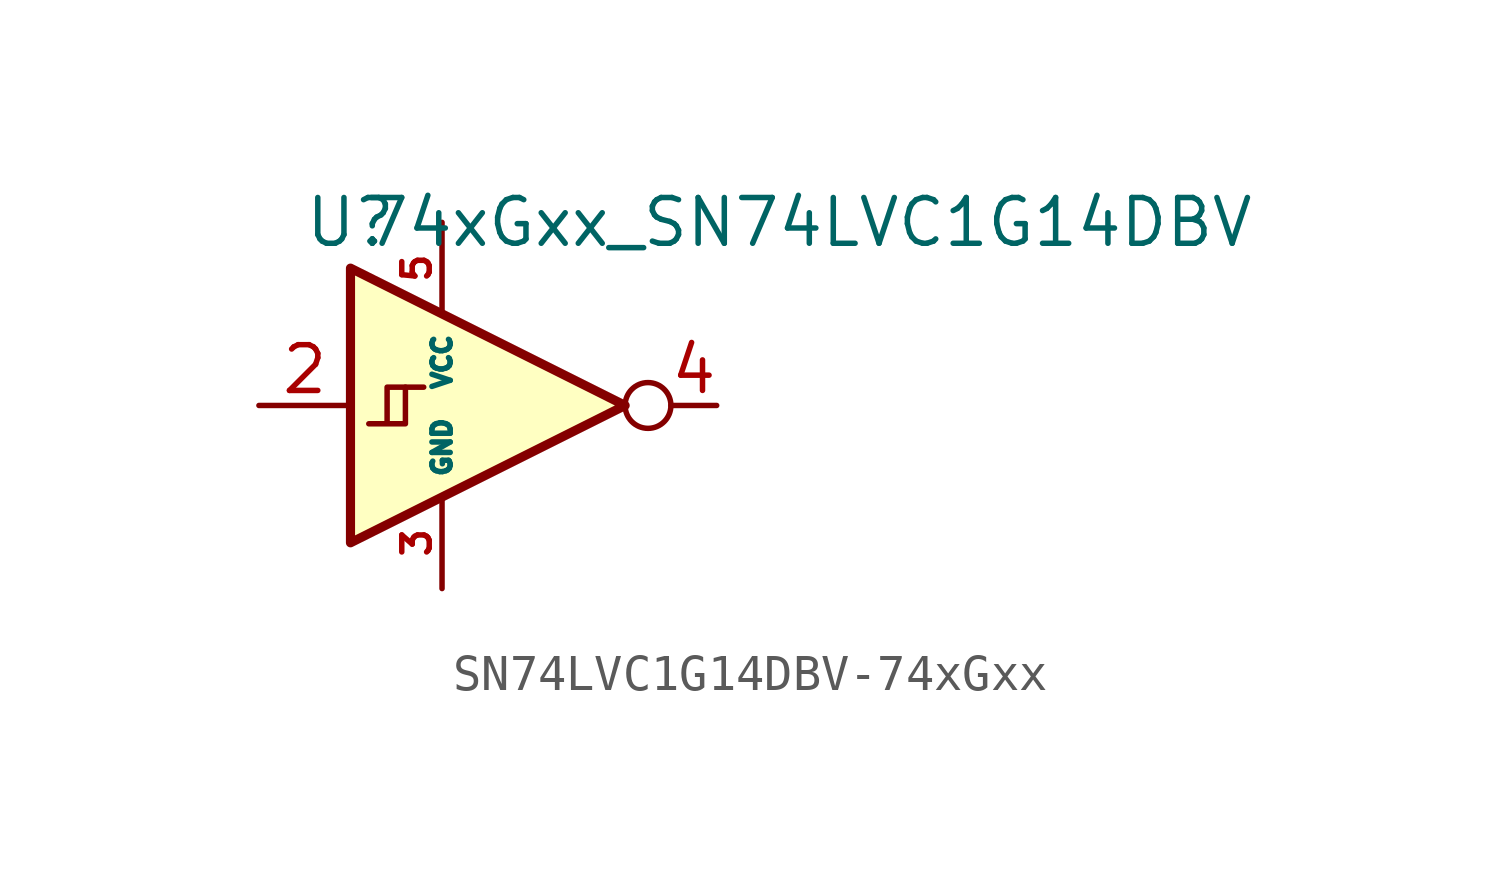
<source format=kicad_sym>
(kicad_symbol_lib
  (version 20231120)
  (generator "kicad_symbol_editor")
  (generator_version "8.0")
  (symbol "SN74LVC1G14DBV-74xGxx"
    (property "Reference" "U"
      (at -2.54 5.08 0)
      (effects (font (size 1.27 1.27))))
    (property "Value" "74xGxx_SN74LVC1G14DBV"
      (at 10.16 5.08 0)
      (effects (font (size 1.27 1.27))))
    (symbol "SN74LVC1G14DBV-74xGxx_0_1"
      (polyline (pts (xy -1.016 0.508) (xy -0.508 0.508)) (stroke (width 0) (type solid)) (fill (type none)))
      (polyline (pts (xy -2.54 3.81) (xy -2.54 -3.81) (xy 5.08 0) (xy -2.54 3.81)) (stroke (width 0.254) (type solid)) (fill (type background)))
      (polyline (pts (xy -1.524 -0.508) (xy -1.524 0.508) (xy -1.016 0.508) (xy -1.016 -0.508) (xy -2.032 -0.508)) (stroke (width 0) (type solid)) (fill (type none)))
      (circle (center 5.715 0) (radius 0.635) (stroke (width 0) (type solid)) (fill (type none))))
    (symbol "SN74LVC1G14DBV-74xGxx_1_1"
      (pin no_connect line (at 5.08 0 180) (length 2.54) hide (name "NC" (effects (font (size 1.27 1.27)))) (number "1" (effects (font (size 1.27 1.27)))))
      (pin input line (at -5.08 0 0) (length 2.54) (name "~" (effects (font (size 1.27 1.27)))) (number "2" (effects (font (size 1.27 1.27)))))
      (pin power_in line (at 0 -5.08 90) (length 2.54) (name "GND" (effects (font (size 0.508 0.508)))) (number "3" (effects (font (size 0.762 0.762)))))
      (pin output line (at 7.62 0 180) (length 1.27) (name "~" (effects (font (size 1.27 1.27)))) (number "4" (effects (font (size 1.27 1.27)))))
      (pin power_in line (at 0 5.08 270) (length 2.54) (name "VCC" (effects (font (size 0.508 0.508)))) (number "5" (effects (font (size 0.762 0.762))))))))
</source>
